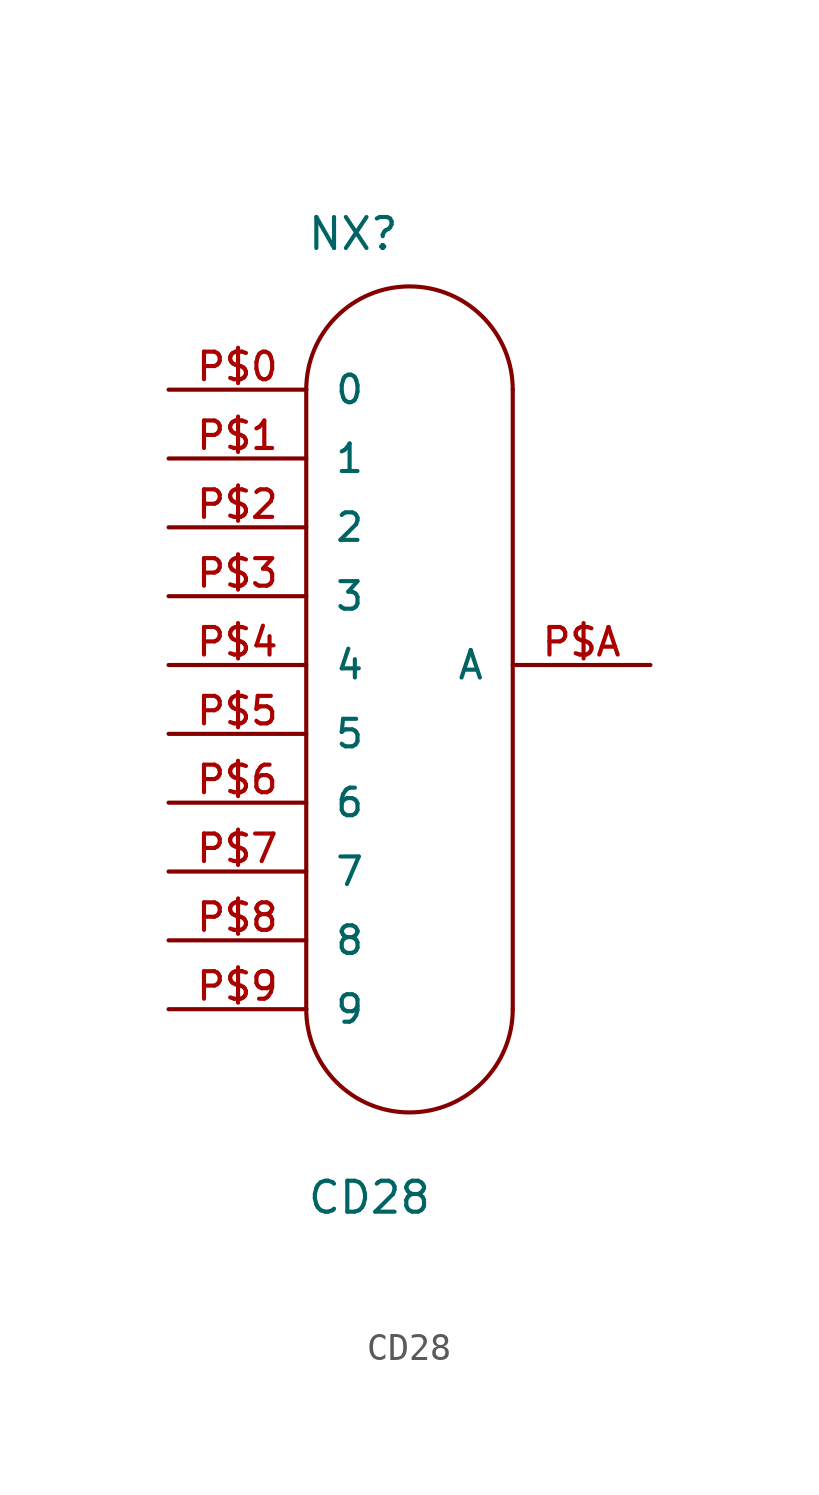
<source format=kicad_sym>
(kicad_symbol_lib
  (version 20211014)
  (generator kicad_symbol_editor)
  (symbol "CD28"
    (pin_names
      (offset 1.016))
    (property "Reference" "NX"
      (at -22.86 12.7 0)
      (effects (font (size 1.143 1.143)) (justify left bottom)))
    (property "Value" "CD28"
      (at -22.86 -22.86 0)
      (effects (font (size 1.143 1.143)) (justify left bottom)))
    (property "ki_locked" ""
      (at 0 0 0)
      (effects (font (size 1.27 1.27))))
    (symbol "CD28_1_0"
      (polyline (pts (xy -22.86 7.62) (xy -22.86 -15.24)) (stroke (width 0) (type default) (color 0 0 0 0)) (fill (type none)))
      (polyline (pts (xy -15.24 7.62) (xy -15.24 -15.24)) (stroke (width 0) (type default) (color 0 0 0 0)) (fill (type none))))
    (symbol "CD28_1_1"
      (arc (start -22.86 -15.24) (mid -19.05 -19.05) (end -15.24 -15.24) (stroke (width 0) (type default) (color 0 0 0 0)) (fill (type none)))
      (arc (start -15.24 7.62) (mid -19.05 11.43) (end -22.86 7.62) (stroke (width 0) (type default) (color 0 0 0 0)) (fill (type none)))
      (pin passive line (at -27.94 7.62 0) (length 5.08) (name "0" (effects (font (size 1.016 1.016)))) (number "P$0" (effects (font (size 1.016 1.016)))))
      (pin passive line (at -27.94 5.08 0) (length 5.08) (name "1" (effects (font (size 1.016 1.016)))) (number "P$1" (effects (font (size 1.016 1.016)))))
      (pin passive line (at -27.94 2.54 0) (length 5.08) (name "2" (effects (font (size 1.016 1.016)))) (number "P$2" (effects (font (size 1.016 1.016)))))
      (pin passive line (at -27.94 0 0) (length 5.08) (name "3" (effects (font (size 1.016 1.016)))) (number "P$3" (effects (font (size 1.016 1.016)))))
      (pin passive line (at -27.94 -2.54 0) (length 5.08) (name "4" (effects (font (size 1.016 1.016)))) (number "P$4" (effects (font (size 1.016 1.016)))))
      (pin passive line (at -27.94 -5.08 0) (length 5.08) (name "5" (effects (font (size 1.016 1.016)))) (number "P$5" (effects (font (size 1.016 1.016)))))
      (pin passive line (at -27.94 -7.62 0) (length 5.08) (name "6" (effects (font (size 1.016 1.016)))) (number "P$6" (effects (font (size 1.016 1.016)))))
      (pin passive line (at -27.94 -10.16 0) (length 5.08) (name "7" (effects (font (size 1.016 1.016)))) (number "P$7" (effects (font (size 1.016 1.016)))))
      (pin passive line (at -27.94 -12.7 0) (length 5.08) (name "8" (effects (font (size 1.016 1.016)))) (number "P$8" (effects (font (size 1.016 1.016)))))
      (pin passive line (at -27.94 -15.24 0) (length 5.08) (name "9" (effects (font (size 1.016 1.016)))) (number "P$9" (effects (font (size 1.016 1.016)))))
      (pin passive line (at -10.16 -2.54 180) (length 5.08) (name "A" (effects (font (size 1.016 1.016)))) (number "P$A" (effects (font (size 1.016 1.016))))))))
</source>
